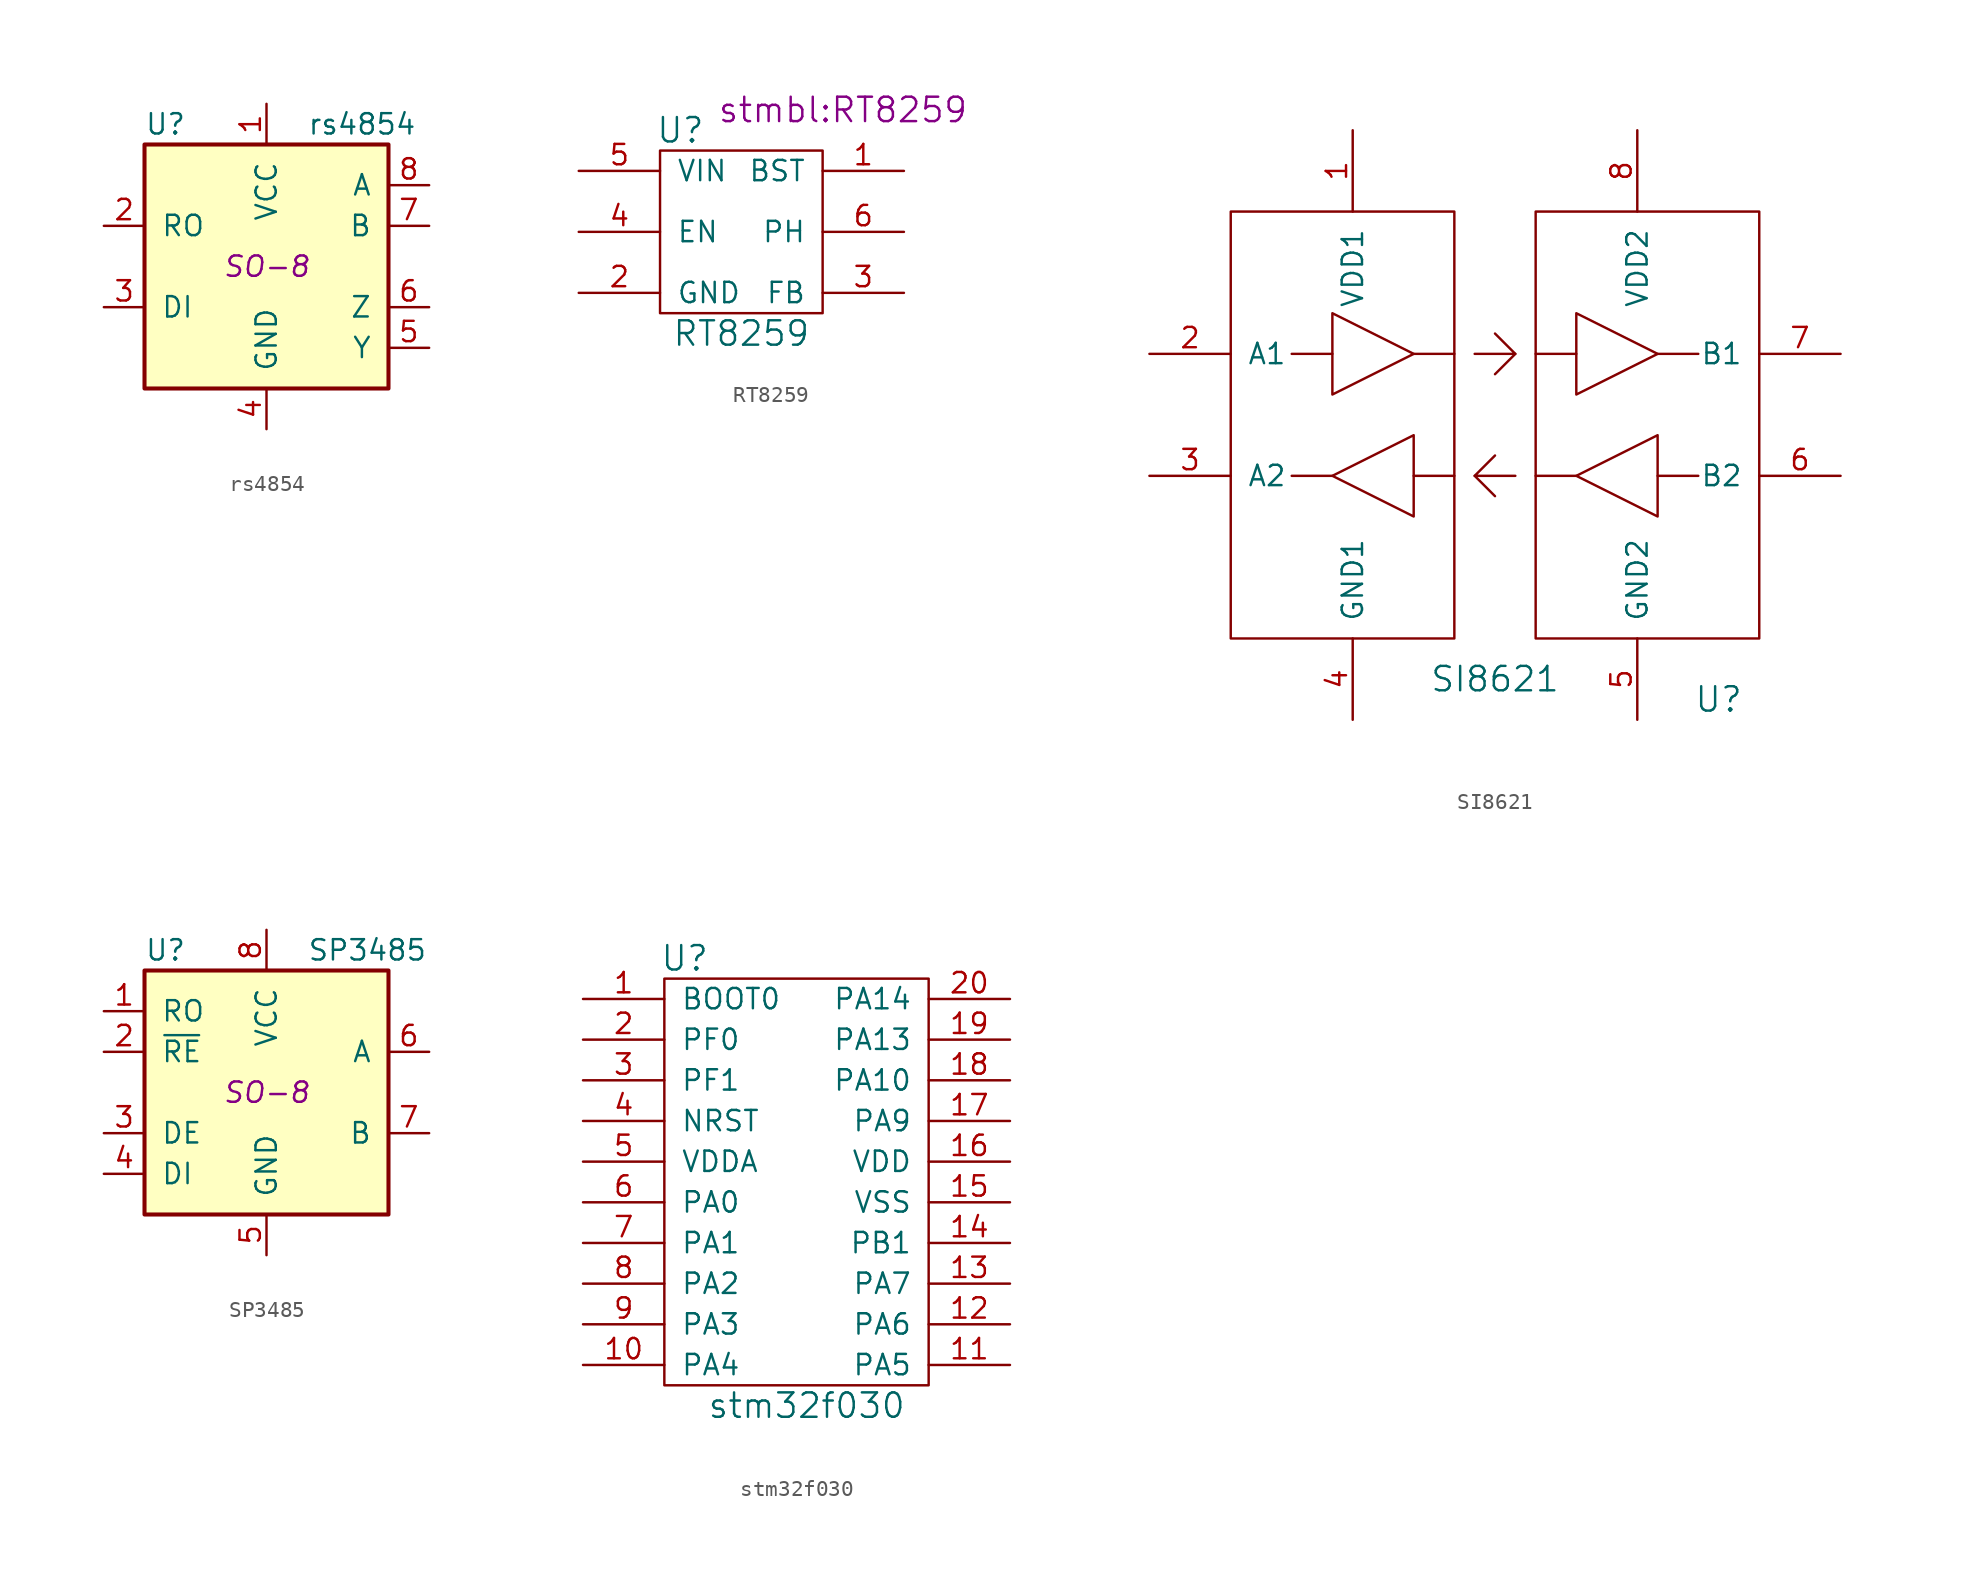
<source format=kicad_sym>
(kicad_symbol_lib
  (version 20220914)
  (generator kicad_symbol_editor)
  (symbol "rs4854"
    (pin_names
      (offset 1.016))
    (property "Reference" "U"
      (at -7.62 8.89 0)
      (effects (font (size 1.27 1.27)) (justify left)))
    (property "Value" "rs4854"
      (at 2.54 8.89 0)
      (effects (font (size 1.27 1.27)) (justify left)))
    (property "Footprint" "SO-8"
      (at 0 0 0)
      (effects (font (size 1.27 1.27) italic)))
    (property "Datasheet" ""
      (at 0 0 0)
      (effects (font (size 1.27 1.27))))
    (symbol "rs4854_0_1"
      (rectangle (start -7.62 7.62) (end 7.62 -7.62) (stroke (width 0.254) (type default)) (fill (type background))))
    (symbol "rs4854_1_1"
      (pin power_in line (at 0 10.16 270) (length 2.54) (name "VCC" (effects (font (size 1.27 1.27)))) (number "1" (effects (font (size 1.27 1.27)))))
      (pin output line (at -10.16 2.54 0) (length 2.54) (name "RO" (effects (font (size 1.27 1.27)))) (number "2" (effects (font (size 1.27 1.27)))))
      (pin input line (at -10.16 -2.54 0) (length 2.54) (name "DI" (effects (font (size 1.27 1.27)))) (number "3" (effects (font (size 1.27 1.27)))))
      (pin power_in line (at 0 -10.16 90) (length 2.54) (name "GND" (effects (font (size 1.27 1.27)))) (number "4" (effects (font (size 1.27 1.27)))))
      (pin input line (at 10.16 -5.08 180) (length 2.54) (name "Y" (effects (font (size 1.27 1.27)))) (number "5" (effects (font (size 1.27 1.27)))))
      (pin input line (at 10.16 -2.54 180) (length 2.54) (name "Z" (effects (font (size 1.27 1.27)))) (number "6" (effects (font (size 1.27 1.27)))))
      (pin bidirectional line (at 10.16 2.54 180) (length 2.54) (name "B" (effects (font (size 1.27 1.27)))) (number "7" (effects (font (size 1.27 1.27)))))
      (pin bidirectional line (at 10.16 5.08 180) (length 2.54) (name "A" (effects (font (size 1.27 1.27)))) (number "8" (effects (font (size 1.27 1.27)))))))
  (symbol "RT8259"
    (pin_names
      (offset 1.016))
    (property "Reference" "U"
      (at -3.81 6.35 0)
      (effects (font (size 1.524 1.524))))
    (property "Value" "RT8259"
      (at 0 -6.35 0)
      (effects (font (size 1.524 1.524))))
    (property "Footprint" "stmbl:RT8259"
      (at 6.35 7.62 0)
      (effects (font (size 1.524 1.524))))
    (property "Datasheet" ""
      (at 0 0 0)
      (effects (font (size 1.524 1.524))))
    (symbol "RT8259_0_1"
      (rectangle (start -5.08 5.08) (end 5.08 -5.08) (stroke (width 0) (type default)) (fill (type none))))
    (symbol "RT8259_1_1"
      (pin power_in line (at 10.16 3.81 180) (length 5.08) (name "BST" (effects (font (size 1.27 1.27)))) (number "1" (effects (font (size 1.27 1.27)))))
      (pin power_in line (at -10.16 -3.81 0) (length 5.08) (name "GND" (effects (font (size 1.27 1.27)))) (number "2" (effects (font (size 1.27 1.27)))))
      (pin input line (at 10.16 -3.81 180) (length 5.08) (name "FB" (effects (font (size 1.27 1.27)))) (number "3" (effects (font (size 1.27 1.27)))))
      (pin input line (at -10.16 0 0) (length 5.08) (name "EN" (effects (font (size 1.27 1.27)))) (number "4" (effects (font (size 1.27 1.27)))))
      (pin power_in line (at -10.16 3.81 0) (length 5.08) (name "VIN" (effects (font (size 1.27 1.27)))) (number "5" (effects (font (size 1.27 1.27)))))
      (pin power_out line (at 10.16 0 180) (length 5.08) (name "PH" (effects (font (size 1.27 1.27)))) (number "6" (effects (font (size 1.27 1.27)))))))
  (symbol "SI8621"
    (pin_names
      (offset 1.016))
    (property "Reference" "U"
      (at 13.97 -17.78 0)
      (effects (font (size 1.524 1.524))))
    (property "Value" "SI8621"
      (at 0 -16.51 0)
      (effects (font (size 1.524 1.524))))
    (property "Footprint" ""
      (at 0 0 0)
      (effects (font (size 1.524 1.524))))
    (property "Datasheet" ""
      (at 0 0 0)
      (effects (font (size 1.524 1.524))))
    (symbol "SI8621_0_1"
      (rectangle (start -16.51 12.7) (end -2.54 -13.97) (stroke (width 0) (type default)) (fill (type none)))
      (polyline (pts (xy -10.16 -3.81) (xy -12.7 -3.81)) (stroke (width 0) (type default)) (fill (type none)))
      (polyline (pts (xy -10.16 3.81) (xy -12.7 3.81)) (stroke (width 0) (type default)) (fill (type none)))
      (polyline (pts (xy -5.08 -3.81) (xy -2.54 -3.81)) (stroke (width 0) (type default)) (fill (type none)))
      (polyline (pts (xy -5.08 3.81) (xy -2.54 3.81)) (stroke (width 0) (type default)) (fill (type none)))
      (polyline (pts (xy -1.27 -3.81) (xy 0 -5.08)) (stroke (width 0) (type default)) (fill (type none)))
      (polyline (pts (xy 1.27 3.81) (xy 0 2.54)) (stroke (width 0) (type default)) (fill (type none)))
      (polyline (pts (xy 2.54 -3.81) (xy 5.08 -3.81)) (stroke (width 0) (type default)) (fill (type none)))
      (polyline (pts (xy 2.54 3.81) (xy 5.08 3.81)) (stroke (width 0) (type default)) (fill (type none)))
      (polyline (pts (xy 10.16 -3.81) (xy 12.7 -3.81)) (stroke (width 0) (type default)) (fill (type none)))
      (polyline (pts (xy 10.16 3.81) (xy 12.7 3.81)) (stroke (width 0) (type default)) (fill (type none)))
      (polyline (pts (xy -1.27 3.81) (xy 1.27 3.81) (xy 0 5.08)) (stroke (width 0) (type default)) (fill (type none)))
      (polyline (pts (xy 1.27 -3.81) (xy -1.27 -3.81) (xy 0 -2.54)) (stroke (width 0) (type default)) (fill (type none)))
      (polyline (pts (xy -10.16 6.35) (xy -5.08 3.81) (xy -10.16 1.27) (xy -10.16 6.35)) (stroke (width 0) (type default)) (fill (type none)))
      (polyline (pts (xy -5.08 -1.27) (xy -10.16 -3.81) (xy -5.08 -6.35) (xy -5.08 -1.27)) (stroke (width 0) (type default)) (fill (type none)))
      (polyline (pts (xy 5.08 6.35) (xy 10.16 3.81) (xy 5.08 1.27) (xy 5.08 6.35)) (stroke (width 0) (type default)) (fill (type none)))
      (polyline (pts (xy 10.16 -1.27) (xy 5.08 -3.81) (xy 10.16 -6.35) (xy 10.16 -1.27)) (stroke (width 0) (type default)) (fill (type none)))
      (rectangle (start 2.54 12.7) (end 16.51 -13.97) (stroke (width 0) (type default)) (fill (type none))))
    (symbol "SI8621_1_1"
      (pin power_in line (at -8.89 17.78 270) (length 5.08) (name "VDD1" (effects (font (size 1.27 1.27)))) (number "1" (effects (font (size 1.27 1.27)))))
      (pin input line (at -21.59 3.81 0) (length 5.08) (name "A1" (effects (font (size 1.27 1.27)))) (number "2" (effects (font (size 1.27 1.27)))))
      (pin output line (at -21.59 -3.81 0) (length 5.08) (name "A2" (effects (font (size 1.27 1.27)))) (number "3" (effects (font (size 1.27 1.27)))))
      (pin power_in line (at -8.89 -19.05 90) (length 5.08) (name "GND1" (effects (font (size 1.27 1.27)))) (number "4" (effects (font (size 1.27 1.27)))))
      (pin power_in line (at 8.89 -19.05 90) (length 5.08) (name "GND2" (effects (font (size 1.27 1.27)))) (number "5" (effects (font (size 1.27 1.27)))))
      (pin input line (at 21.59 -3.81 180) (length 5.08) (name "B2" (effects (font (size 1.27 1.27)))) (number "6" (effects (font (size 1.27 1.27)))))
      (pin output line (at 21.59 3.81 180) (length 5.08) (name "B1" (effects (font (size 1.27 1.27)))) (number "7" (effects (font (size 1.27 1.27)))))
      (pin power_in line (at 8.89 17.78 270) (length 5.08) (name "VDD2" (effects (font (size 1.27 1.27)))) (number "8" (effects (font (size 1.27 1.27)))))))
  (symbol "SP3485"
    (pin_names
      (offset 1.016))
    (property "Reference" "U"
      (at -7.62 8.89 0)
      (effects (font (size 1.27 1.27)) (justify left)))
    (property "Value" "SP3485"
      (at 2.54 8.89 0)
      (effects (font (size 1.27 1.27)) (justify left)))
    (property "Footprint" "SO-8"
      (at 0 0 0)
      (effects (font (size 1.27 1.27) italic)))
    (property "Datasheet" ""
      (at 0 0 0)
      (effects (font (size 1.27 1.27))))
    (symbol "SP3485_0_1"
      (rectangle (start -7.62 7.62) (end 7.62 -7.62) (stroke (width 0.254) (type default)) (fill (type background))))
    (symbol "SP3485_1_1"
      (pin output line (at -10.16 5.08 0) (length 2.54) (name "RO" (effects (font (size 1.27 1.27)))) (number "1" (effects (font (size 1.27 1.27)))))
      (pin input line (at -10.16 2.54 0) (length 2.54) (name "~{RE}" (effects (font (size 1.27 1.27)))) (number "2" (effects (font (size 1.27 1.27)))))
      (pin input line (at -10.16 -2.54 0) (length 2.54) (name "DE" (effects (font (size 1.27 1.27)))) (number "3" (effects (font (size 1.27 1.27)))))
      (pin input line (at -10.16 -5.08 0) (length 2.54) (name "DI" (effects (font (size 1.27 1.27)))) (number "4" (effects (font (size 1.27 1.27)))))
      (pin power_in line (at 0 -10.16 90) (length 2.54) (name "GND" (effects (font (size 1.27 1.27)))) (number "5" (effects (font (size 1.27 1.27)))))
      (pin bidirectional line (at 10.16 2.54 180) (length 2.54) (name "A" (effects (font (size 1.27 1.27)))) (number "6" (effects (font (size 1.27 1.27)))))
      (pin bidirectional line (at 10.16 -2.54 180) (length 2.54) (name "B" (effects (font (size 1.27 1.27)))) (number "7" (effects (font (size 1.27 1.27)))))
      (pin power_in line (at 0 10.16 270) (length 2.54) (name "VCC" (effects (font (size 1.27 1.27)))) (number "8" (effects (font (size 1.27 1.27)))))))
  (symbol "stm32f030"
    (pin_names
      (offset 1.016))
    (property "Reference" "U"
      (at -6.35 13.97 0)
      (effects (font (size 1.524 1.524))))
    (property "Value" "stm32f030"
      (at 1.27 -13.97 0)
      (effects (font (size 1.524 1.524))))
    (symbol "stm32f030_0_1"
      (rectangle (start -7.62 12.7) (end 8.89 -12.7) (stroke (width 0) (type default)) (fill (type none))))
    (symbol "stm32f030_1_1"
      (pin bidirectional line (at -12.7 11.43 0) (length 5.08) (name "BOOT0" (effects (font (size 1.27 1.27)))) (number "1" (effects (font (size 1.27 1.27)))))
      (pin bidirectional line (at -12.7 -11.43 0) (length 5.08) (name "PA4" (effects (font (size 1.27 1.27)))) (number "10" (effects (font (size 1.27 1.27)))))
      (pin bidirectional line (at 13.97 -11.43 180) (length 5.08) (name "PA5" (effects (font (size 1.27 1.27)))) (number "11" (effects (font (size 1.27 1.27)))))
      (pin bidirectional line (at 13.97 -8.89 180) (length 5.08) (name "PA6" (effects (font (size 1.27 1.27)))) (number "12" (effects (font (size 1.27 1.27)))))
      (pin bidirectional line (at 13.97 -6.35 180) (length 5.08) (name "PA7" (effects (font (size 1.27 1.27)))) (number "13" (effects (font (size 1.27 1.27)))))
      (pin bidirectional line (at 13.97 -3.81 180) (length 5.08) (name "PB1" (effects (font (size 1.27 1.27)))) (number "14" (effects (font (size 1.27 1.27)))))
      (pin power_in line (at 13.97 -1.27 180) (length 5.08) (name "VSS" (effects (font (size 1.27 1.27)))) (number "15" (effects (font (size 1.27 1.27)))))
      (pin power_in line (at 13.97 1.27 180) (length 5.08) (name "VDD" (effects (font (size 1.27 1.27)))) (number "16" (effects (font (size 1.27 1.27)))))
      (pin bidirectional line (at 13.97 3.81 180) (length 5.08) (name "PA9" (effects (font (size 1.27 1.27)))) (number "17" (effects (font (size 1.27 1.27)))))
      (pin bidirectional line (at 13.97 6.35 180) (length 5.08) (name "PA10" (effects (font (size 1.27 1.27)))) (number "18" (effects (font (size 1.27 1.27)))))
      (pin bidirectional line (at 13.97 8.89 180) (length 5.08) (name "PA13" (effects (font (size 1.27 1.27)))) (number "19" (effects (font (size 1.27 1.27)))))
      (pin bidirectional line (at -12.7 8.89 0) (length 5.08) (name "PF0" (effects (font (size 1.27 1.27)))) (number "2" (effects (font (size 1.27 1.27)))))
      (pin bidirectional line (at 13.97 11.43 180) (length 5.08) (name "PA14" (effects (font (size 1.27 1.27)))) (number "20" (effects (font (size 1.27 1.27)))))
      (pin bidirectional line (at -12.7 6.35 0) (length 5.08) (name "PF1" (effects (font (size 1.27 1.27)))) (number "3" (effects (font (size 1.27 1.27)))))
      (pin input line (at -12.7 3.81 0) (length 5.08) (name "NRST" (effects (font (size 1.27 1.27)))) (number "4" (effects (font (size 1.27 1.27)))))
      (pin power_in line (at -12.7 1.27 0) (length 5.08) (name "VDDA" (effects (font (size 1.27 1.27)))) (number "5" (effects (font (size 1.27 1.27)))))
      (pin bidirectional line (at -12.7 -1.27 0) (length 5.08) (name "PA0" (effects (font (size 1.27 1.27)))) (number "6" (effects (font (size 1.27 1.27)))))
      (pin bidirectional line (at -12.7 -3.81 0) (length 5.08) (name "PA1" (effects (font (size 1.27 1.27)))) (number "7" (effects (font (size 1.27 1.27)))))
      (pin bidirectional line (at -12.7 -6.35 0) (length 5.08) (name "PA2" (effects (font (size 1.27 1.27)))) (number "8" (effects (font (size 1.27 1.27)))))
      (pin bidirectional line (at -12.7 -8.89 0) (length 5.08) (name "PA3" (effects (font (size 1.27 1.27)))) (number "9" (effects (font (size 1.27 1.27))))))))
</source>
